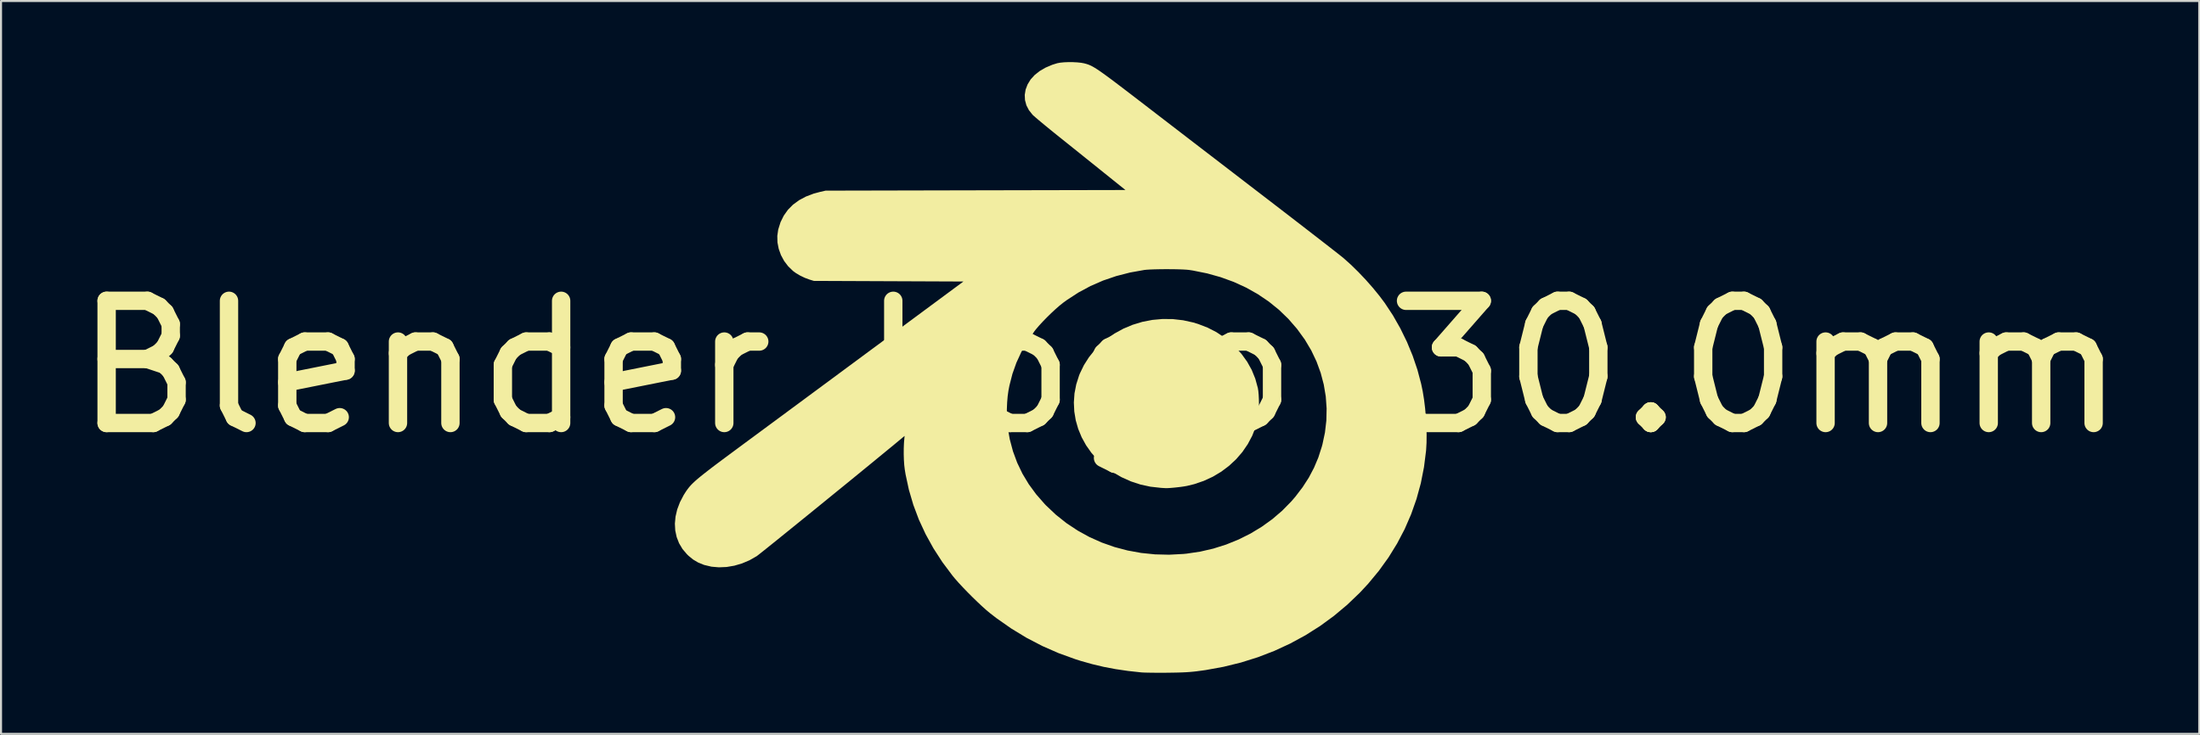
<source format=kicad_pcb>
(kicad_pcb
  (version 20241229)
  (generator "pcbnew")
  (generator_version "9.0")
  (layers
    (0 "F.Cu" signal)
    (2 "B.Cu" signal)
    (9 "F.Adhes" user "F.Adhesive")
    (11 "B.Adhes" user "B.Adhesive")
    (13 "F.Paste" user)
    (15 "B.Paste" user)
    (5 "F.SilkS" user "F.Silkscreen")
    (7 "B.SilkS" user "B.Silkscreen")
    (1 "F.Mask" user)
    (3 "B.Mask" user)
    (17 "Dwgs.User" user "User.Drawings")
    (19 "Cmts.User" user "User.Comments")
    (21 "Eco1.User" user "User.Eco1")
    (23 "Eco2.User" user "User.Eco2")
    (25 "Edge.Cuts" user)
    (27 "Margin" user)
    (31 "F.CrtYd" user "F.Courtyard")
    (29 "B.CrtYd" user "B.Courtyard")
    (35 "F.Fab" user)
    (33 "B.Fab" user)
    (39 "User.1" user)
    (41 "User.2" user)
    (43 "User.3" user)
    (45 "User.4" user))
  (footprint "Blender Logo 30.0mm"
    (layer "F.Cu")
    (at 50.893 14.988)
    (property "Reference" "Blender Logo 30.0mm" (at 0 0 180) (layer "F.SilkS") (effects (font (size 6 6) (thickness 0.9))))
    (attr board_only exclude_from_pos_files exclude_from_bom)
    (fp_poly (pts (xy 3.567 -2.373) (xy 4.071 -2.315) (xy 4.571 -2.205) (xy 4.81 -2.132) (xy 5.274 -1.952) (xy 5.7 -1.733) (xy 6.095 -1.469) (xy 6.468 -1.157) (xy 6.607 -1.023) (xy 6.936 -0.659) (xy 7.211 -0.278) (xy 7.434 0.123) (xy 7.607 0.549) (xy 7.732 1.004) (xy 7.733 1.008) (xy 7.757 1.158) (xy 7.774 1.349) (xy 7.785 1.567) (xy 7.789 1.796) (xy 7.786 2.021) (xy 7.776 2.227) (xy 7.758 2.398) (xy 7.748 2.462) (xy 7.629 2.918) (xy 7.458 3.354) (xy 7.239 3.766) (xy 6.975 4.152) (xy 6.669 4.507) (xy 6.323 4.829) (xy 5.942 5.116) (xy 5.528 5.364) (xy 5.084 5.569) (xy 4.614 5.73) (xy 4.259 5.816) (xy 4.124 5.84) (xy 3.96 5.864) (xy 3.78 5.885) (xy 3.599 5.904) (xy 3.432 5.918) (xy 3.293 5.926) (xy 3.196 5.926) (xy 3.195 5.925) (xy 3.123 5.921) (xy 3.024 5.915) (xy 2.979 5.912) (xy 2.467 5.855) (xy 1.982 5.75) (xy 1.513 5.596) (xy 1.051 5.389) (xy 1.036 5.381) (xy 0.609 5.134) (xy 0.222 4.851) (xy -0.124 4.535) (xy -0.429 4.19) (xy -0.689 3.821) (xy -0.905 3.429) (xy -1.074 3.02) (xy -1.195 2.597) (xy -1.267 2.162) (xy -1.288 1.721) (xy -1.257 1.277) (xy -1.171 0.833) (xy -1.031 0.392) (xy -0.995 0.302) (xy -0.794 -0.114) (xy -0.547 -0.502) (xy -0.251 -0.868) (xy -0.075 -1.051) (xy 0.298 -1.38) (xy 0.704 -1.664) (xy 1.138 -1.902) (xy 1.596 -2.094) (xy 2.072 -2.238) (xy 2.562 -2.333) (xy 3.062 -2.378)) (stroke (width 0) (type solid)) (fill yes) (layer "F.SilkS"))
    (fp_poly (pts (xy -1.337 -14.987) (xy -1.123 -14.976) (xy -0.931 -14.956) (xy -0.795 -14.931) (xy -0.721 -14.912) (xy -0.651 -14.892) (xy -0.581 -14.869) (xy -0.51 -14.84) (xy -0.433 -14.805) (xy -0.349 -14.76) (xy -0.254 -14.704) (xy -0.145 -14.635) (xy -0.02 -14.551) (xy 0.124 -14.45) (xy 0.29 -14.33) (xy 0.482 -14.189) (xy 0.701 -14.025) (xy 0.951 -13.835) (xy 1.235 -13.619) (xy 1.555 -13.374) (xy 1.914 -13.098) (xy 2.316 -12.789) (xy 2.384 -12.736) (xy 2.716 -12.481) (xy 3.087 -12.196) (xy 3.493 -11.883) (xy 3.928 -11.549) (xy 4.386 -11.196) (xy 4.862 -10.83) (xy 5.35 -10.455) (xy 5.845 -10.075) (xy 6.341 -9.694) (xy 6.832 -9.316) (xy 7.313 -8.946) (xy 7.778 -8.589) (xy 8.219 -8.25) (xy 8.616 -7.945) (xy 9.004 -7.646) (xy 9.38 -7.356) (xy 9.743 -7.076) (xy 10.087 -6.81) (xy 10.412 -6.558) (xy 10.714 -6.324) (xy 10.99 -6.11) (xy 11.238 -5.917) (xy 11.454 -5.748) (xy 11.636 -5.606) (xy 11.781 -5.491) (xy 11.886 -5.408) (xy 11.947 -5.357) (xy 11.948 -5.356) (xy 12.3 -5.04) (xy 12.662 -4.685) (xy 13.023 -4.305) (xy 13.369 -3.912) (xy 13.688 -3.522) (xy 13.954 -3.167) (xy 14.355 -2.56) (xy 14.719 -1.92) (xy 15.044 -1.255) (xy 15.325 -0.573) (xy 15.559 0.117) (xy 15.742 0.808) (xy 15.819 1.181) (xy 15.883 1.576) (xy 15.935 1.999) (xy 15.974 2.437) (xy 15.999 2.876) (xy 16.009 3.303) (xy 16.005 3.703) (xy 15.984 4.063) (xy 15.982 4.089) (xy 15.88 4.897) (xy 15.724 5.688) (xy 15.513 6.458) (xy 15.249 7.208) (xy 14.933 7.937) (xy 14.563 8.643) (xy 14.142 9.326) (xy 13.668 9.985) (xy 13.144 10.618) (xy 12.74 11.053) (xy 12.122 11.646) (xy 11.47 12.193) (xy 10.784 12.695) (xy 10.066 13.15) (xy 9.317 13.557) (xy 8.539 13.917) (xy 7.734 14.227) (xy 6.903 14.488) (xy 6.047 14.698) (xy 5.168 14.858) (xy 4.734 14.917) (xy 4.562 14.936) (xy 4.395 14.951) (xy 4.22 14.963) (xy 4.029 14.972) (xy 3.811 14.979) (xy 3.556 14.984) (xy 3.253 14.988) (xy 3.253 14.988) (xy 3.008 14.989) (xy 2.769 14.989) (xy 2.545 14.987) (xy 2.345 14.984) (xy 2.179 14.98) (xy 2.057 14.974) (xy 2.014 14.971) (xy 1.367 14.9) (xy 0.76 14.811) (xy 0.181 14.701) (xy -0.384 14.567) (xy -0.951 14.407) (xy -1.225 14.32) (xy -2.044 14.023) (xy -2.84 13.673) (xy -3.612 13.271) (xy -4.358 12.817) (xy -5.077 12.313) (xy -5.392 12.07) (xy -5.578 11.915) (xy -5.791 11.724) (xy -6.022 11.507) (xy -6.262 11.274) (xy -6.502 11.033) (xy -6.732 10.794) (xy -6.944 10.566) (xy -7.127 10.357) (xy -7.239 10.221) (xy -7.734 9.559) (xy -8.173 8.88) (xy -8.557 8.185) (xy -8.886 7.475) (xy -9.159 6.748) (xy -9.377 6.006) (xy -9.54 5.249) (xy -9.579 5.01) (xy -9.605 4.791) (xy -9.622 4.535) (xy -9.63 4.259) (xy -9.629 3.982) (xy -9.619 3.724) (xy -9.61 3.603) (xy -9.587 3.362) (xy -9.811 3.548) (xy -10.036 3.735) (xy -10.288 3.943) (xy -10.565 4.17) (xy -10.862 4.414) (xy -11.177 4.673) (xy -11.507 4.943) (xy -11.85 5.224) (xy -12.202 5.512) (xy -12.561 5.805) (xy -12.924 6.1) (xy -13.287 6.396) (xy -13.648 6.69) (xy -14.004 6.98) (xy -14.352 7.263) (xy -14.689 7.536) (xy -15.012 7.798) (xy -15.319 8.047) (xy -15.606 8.279) (xy -15.87 8.493) (xy -16.109 8.685) (xy -16.32 8.855) (xy -16.5 8.999) (xy -16.646 9.115) (xy -16.754 9.2) (xy -16.823 9.253) (xy -16.844 9.268) (xy -17.193 9.467) (xy -17.559 9.622) (xy -17.936 9.733) (xy -18.316 9.797) (xy -18.691 9.813) (xy -19.055 9.782) (xy -19.401 9.7) (xy -19.439 9.688) (xy -19.713 9.576) (xy -19.954 9.433) (xy -20.18 9.249) (xy -20.258 9.173) (xy -20.477 8.915) (xy -20.646 8.631) (xy -20.764 8.326) (xy -20.833 8.004) (xy -20.851 7.668) (xy -20.819 7.323) (xy -20.737 6.971) (xy -20.603 6.617) (xy -20.419 6.265) (xy -20.354 6.161) (xy -20.298 6.075) (xy -20.241 5.994) (xy -20.182 5.916) (xy -20.118 5.838) (xy -20.044 5.757) (xy -19.959 5.672) (xy -19.86 5.579) (xy -19.743 5.477) (xy -19.606 5.363) (xy -19.445 5.234) (xy -19.259 5.088) (xy -19.044 4.922) (xy -18.797 4.735) (xy -18.515 4.524) (xy -18.195 4.286) (xy -17.834 4.019) (xy -17.431 3.72) (xy -17.421 3.713) (xy -17.153 3.515) (xy -16.843 3.286) (xy -16.496 3.029) (xy -16.114 2.747) (xy -15.703 2.443) (xy -15.602 2.369) (xy -4.574 2.369) (xy -4.561 2.672) (xy -4.538 2.908) (xy -4.431 3.526) (xy -4.274 4.115) (xy -4.067 4.677) (xy -3.809 5.216) (xy -3.499 5.732) (xy -3.136 6.228) (xy -2.718 6.706) (xy -2.65 6.777) (xy -2.168 7.232) (xy -1.652 7.643) (xy -1.104 8.007) (xy -0.527 8.325) (xy 0.076 8.595) (xy 0.702 8.816) (xy 1.348 8.987) (xy 2.013 9.108) (xy 2.693 9.177) (xy 3.384 9.194) (xy 4.086 9.157) (xy 4.246 9.141) (xy 4.905 9.043) (xy 5.551 8.894) (xy 6.18 8.695) (xy 6.787 8.449) (xy 7.37 8.158) (xy 7.923 7.823) (xy 8.444 7.448) (xy 8.928 7.033) (xy 9.371 6.581) (xy 9.571 6.349) (xy 9.928 5.881) (xy 10.232 5.41) (xy 10.487 4.926) (xy 10.699 4.423) (xy 10.87 3.89) (xy 10.899 3.786) (xy 11.024 3.198) (xy 11.093 2.606) (xy 11.106 2.014) (xy 11.064 1.424) (xy 10.966 0.841) (xy 10.815 0.268) (xy 10.61 -0.293) (xy 10.352 -0.836) (xy 10.041 -1.36) (xy 10.036 -1.368) (xy 9.655 -1.893) (xy 9.233 -2.38) (xy 8.771 -2.827) (xy 8.27 -3.233) (xy 7.732 -3.597) (xy 7.16 -3.919) (xy 6.554 -4.197) (xy 5.917 -4.429) (xy 5.25 -4.616) (xy 4.555 -4.756) (xy 4.361 -4.786) (xy 4.238 -4.798) (xy 4.068 -4.808) (xy 3.861 -4.816) (xy 3.629 -4.821) (xy 3.381 -4.823) (xy 3.129 -4.823) (xy 2.882 -4.82) (xy 2.651 -4.815) (xy 2.448 -4.807) (xy 2.282 -4.797) (xy 2.173 -4.786) (xy 1.464 -4.659) (xy 0.789 -4.485) (xy 0.145 -4.265) (xy -0.47 -3.997) (xy -1.058 -3.681) (xy -1.622 -3.314) (xy -1.815 -3.174) (xy -1.99 -3.034) (xy -2.187 -2.861) (xy -2.396 -2.667) (xy -2.607 -2.461) (xy -2.809 -2.253) (xy -2.992 -2.054) (xy -3.146 -1.874) (xy -3.217 -1.783) (xy -3.567 -1.275) (xy -3.862 -0.761) (xy -4.105 -0.233) (xy -4.299 0.313) (xy -4.446 0.886) (xy -4.495 1.137) (xy -4.533 1.41) (xy -4.559 1.719) (xy -4.573 2.045) (xy -4.574 2.369) (xy -15.602 2.369) (xy -15.267 2.12) (xy -14.809 1.782) (xy -14.334 1.43) (xy -13.846 1.069) (xy -13.349 0.702) (xy -12.848 0.331) (xy -12.346 -0.041) (xy -11.848 -0.409) (xy -11.357 -0.773) (xy -10.96 -1.066) (xy -6.703 -4.218) (xy -10.37 -4.233) (xy -14.037 -4.248) (xy -14.253 -4.314) (xy -14.481 -4.399) (xy -14.712 -4.51) (xy -14.923 -4.636) (xy -15.056 -4.733) (xy -15.296 -4.965) (xy -15.496 -5.229) (xy -15.651 -5.517) (xy -15.76 -5.822) (xy -15.821 -6.137) (xy -15.829 -6.456) (xy -15.784 -6.77) (xy -15.782 -6.777) (xy -15.67 -7.133) (xy -15.511 -7.454) (xy -15.307 -7.741) (xy -15.057 -7.993) (xy -14.762 -8.209) (xy -14.423 -8.39) (xy -14.041 -8.535) (xy -13.744 -8.614) (xy -13.462 -8.679) (xy -6.11 -8.695) (xy 1.241 -8.71) (xy 0.185 -9.559) (xy -0.072 -9.766) (xy -0.362 -9.999) (xy -0.675 -10.25) (xy -0.997 -10.509) (xy -1.319 -10.767) (xy -1.628 -11.015) (xy -1.913 -11.244) (xy -2.013 -11.323) (xy -2.242 -11.508) (xy -2.462 -11.686) (xy -2.668 -11.855) (xy -2.855 -12.01) (xy -3.018 -12.146) (xy -3.152 -12.26) (xy -3.251 -12.347) (xy -3.312 -12.403) (xy -3.316 -12.408) (xy -3.492 -12.63) (xy -3.615 -12.868) (xy -3.683 -13.12) (xy -3.696 -13.379) (xy -3.653 -13.642) (xy -3.556 -13.896) (xy -3.408 -14.137) (xy -3.209 -14.356) (xy -2.963 -14.551) (xy -2.674 -14.719) (xy -2.347 -14.858) (xy -2.103 -14.934) (xy -1.957 -14.961) (xy -1.77 -14.98) (xy -1.558 -14.988)) (stroke (width 0) (type solid)) (fill yes) (layer "F.SilkS")))
  (gr_rect
    (start -3 -3)
    (end 104.786 32.977)
    (stroke (width 0.1) (type default))
    (fill no)
    (layer "Edge.Cuts")))
</source>
